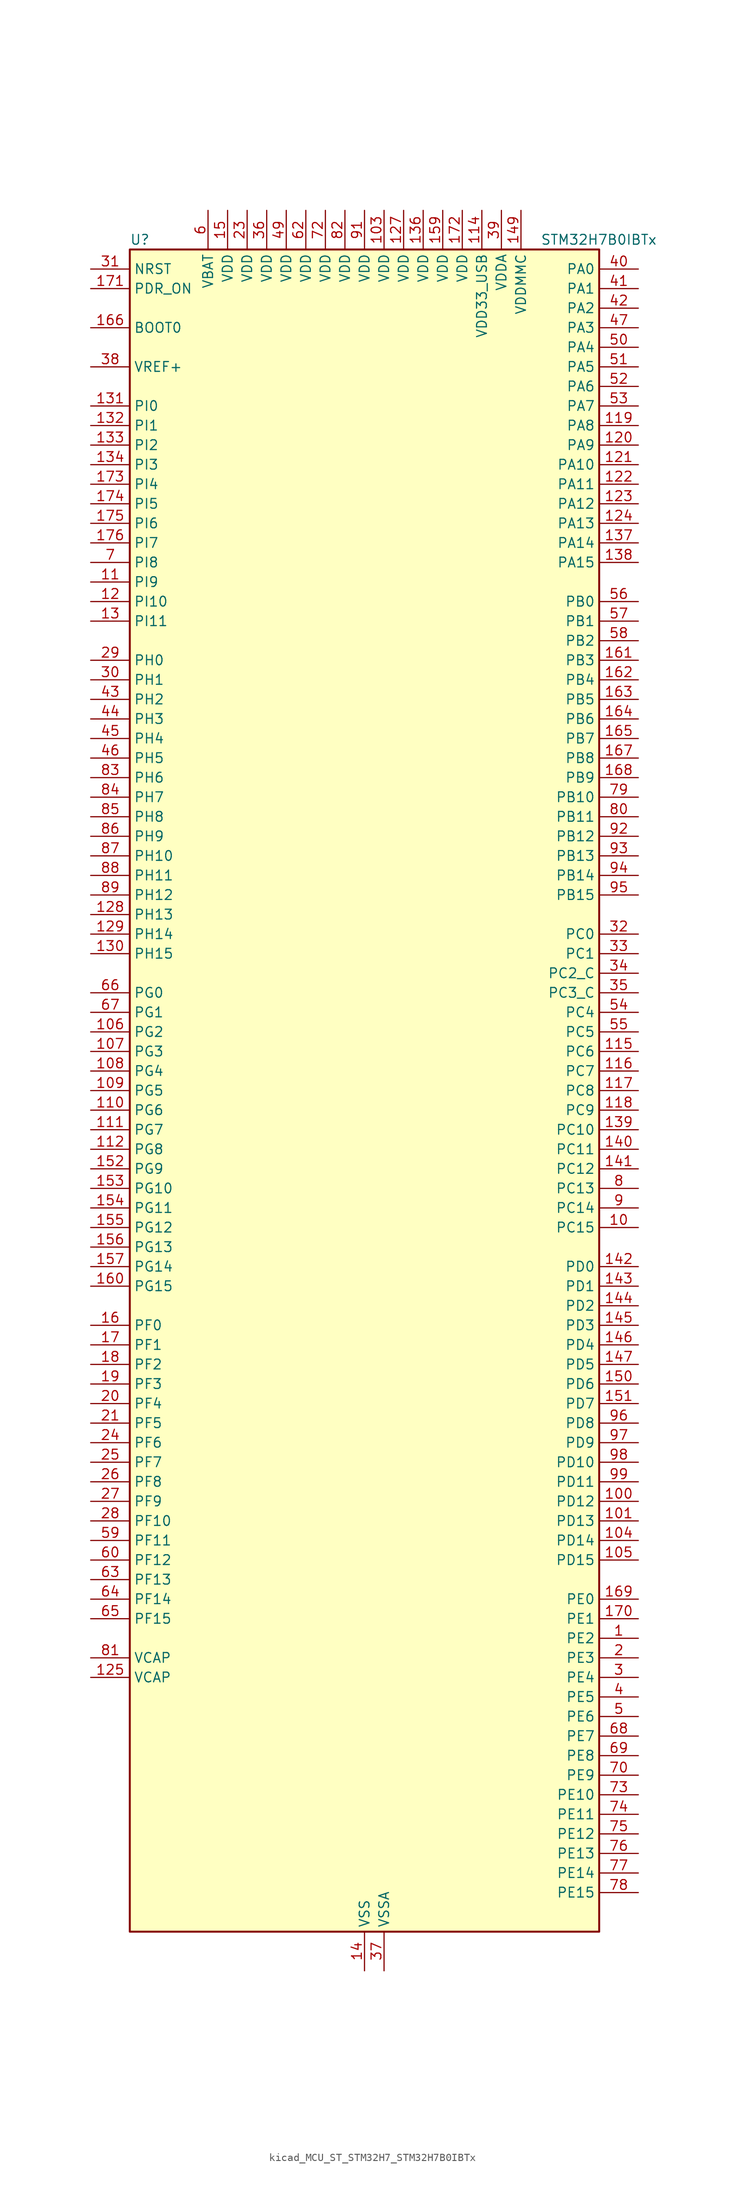
<source format=kicad_sym>
(kicad_symbol_lib
  (version 20220914)
  (generator kicad_symbol_editor)
  (symbol "kicad_MCU_ST_STM32H7_STM32H7B0IBTx"
    (property "Reference" "U"
      (at -30.48 110.49 0)
      (effects (font (size 1.27 1.27)) (justify left)))
    (property "Value" "STM32H7B0IBTx"
      (at 22.86 110.49 0)
      (effects (font (size 1.27 1.27)) (justify left)))
    (property "ki_locked" ""
      (at 0 0 0)
      (effects (font (size 1.27 1.27))))
    (symbol "kicad_MCU_ST_STM32H7_STM32H7B0IBTx_0_1"
      (rectangle (start -30.48 -109.22) (end 30.48 109.22) (stroke (width 0.254) (type default)) (fill (type background))))
    (symbol "kicad_MCU_ST_STM32H7_STM32H7B0IBTx_1_1"
      (pin bidirectional line (at 35.56 -71.12 180) (length 5.08) (name "PE2" (effects (font (size 1.27 1.27)))) (number "1" (effects (font (size 1.27 1.27)))) (alternate "DEBUG_TRACECLK" bidirectional line) (alternate "FMC_A23" bidirectional line) (alternate "OCTOSPIM_P1_IO2" bidirectional line) (alternate "SAI1_CK1" bidirectional line) (alternate "SAI1_MCLK_A" bidirectional line) (alternate "SPI4_SCK" bidirectional line) (alternate "USART10_RX" bidirectional line))
      (pin bidirectional line (at 35.56 -17.78 180) (length 5.08) (name "PC15" (effects (font (size 1.27 1.27)))) (number "10" (effects (font (size 1.27 1.27)))) (alternate "ADC1_EXTI15" bidirectional line) (alternate "ADC2_EXTI15" bidirectional line) (alternate "RCC_OSC32_OUT" bidirectional line))
      (pin bidirectional line (at 35.56 -53.34 180) (length 5.08) (name "PD12" (effects (font (size 1.27 1.27)))) (number "100" (effects (font (size 1.27 1.27)))) (alternate "DCMI_D12" bidirectional line) (alternate "FMC_A17" bidirectional line) (alternate "FMC_ALE" bidirectional line) (alternate "I2C4_SCL" bidirectional line) (alternate "LPTIM1_IN1" bidirectional line) (alternate "LPTIM2_IN1" bidirectional line) (alternate "OCTOSPIM_P1_IO1" bidirectional line) (alternate "PSSI_D12" bidirectional line) (alternate "SAI2_FS_A" bidirectional line) (alternate "TIM4_CH1" bidirectional line) (alternate "USART3_DE" bidirectional line) (alternate "USART3_RTS" bidirectional line))
      (pin bidirectional line (at 35.56 -55.88 180) (length 5.08) (name "PD13" (effects (font (size 1.27 1.27)))) (number "101" (effects (font (size 1.27 1.27)))) (alternate "DCMI_D13" bidirectional line) (alternate "FMC_A18" bidirectional line) (alternate "I2C4_SDA" bidirectional line) (alternate "LPTIM1_OUT" bidirectional line) (alternate "OCTOSPIM_P1_IO3" bidirectional line) (alternate "PSSI_D13" bidirectional line) (alternate "SAI2_SCK_A" bidirectional line) (alternate "TIM4_CH2" bidirectional line) (alternate "UART9_DE" bidirectional line) (alternate "UART9_RTS" bidirectional line))
      (pin passive line (at 0 -114.3 90) (length 5.08) hide (name "VSS" (effects (font (size 1.27 1.27)))) (number "102" (effects (font (size 1.27 1.27)))))
      (pin power_in line (at 2.54 114.3 270) (length 5.08) (name "VDD" (effects (font (size 1.27 1.27)))) (number "103" (effects (font (size 1.27 1.27)))))
      (pin bidirectional line (at 35.56 -58.42 180) (length 5.08) (name "PD14" (effects (font (size 1.27 1.27)))) (number "104" (effects (font (size 1.27 1.27)))) (alternate "FMC_D0" bidirectional line) (alternate "FMC_DA0" bidirectional line) (alternate "TIM4_CH3" bidirectional line) (alternate "UART8_CTS" bidirectional line) (alternate "UART9_RX" bidirectional line))
      (pin bidirectional line (at 35.56 -60.96 180) (length 5.08) (name "PD15" (effects (font (size 1.27 1.27)))) (number "105" (effects (font (size 1.27 1.27)))) (alternate "ADC1_EXTI15" bidirectional line) (alternate "ADC2_EXTI15" bidirectional line) (alternate "FMC_D1" bidirectional line) (alternate "FMC_DA1" bidirectional line) (alternate "TIM4_CH4" bidirectional line) (alternate "UART8_DE" bidirectional line) (alternate "UART8_RTS" bidirectional line) (alternate "UART9_TX" bidirectional line))
      (pin bidirectional line (at -35.56 7.62 0) (length 5.08) (name "PG2" (effects (font (size 1.27 1.27)))) (number "106" (effects (font (size 1.27 1.27)))) (alternate "FMC_A12" bidirectional line) (alternate "TIM8_BKIN" bidirectional line) (alternate "TIM8_BKIN_COMP1" bidirectional line) (alternate "TIM8_BKIN_COMP2" bidirectional line))
      (pin bidirectional line (at -35.56 5.08 0) (length 5.08) (name "PG3" (effects (font (size 1.27 1.27)))) (number "107" (effects (font (size 1.27 1.27)))) (alternate "FMC_A13" bidirectional line) (alternate "TIM8_BKIN2" bidirectional line) (alternate "TIM8_BKIN2_COMP1" bidirectional line) (alternate "TIM8_BKIN2_COMP2" bidirectional line))
      (pin bidirectional line (at -35.56 2.54 0) (length 5.08) (name "PG4" (effects (font (size 1.27 1.27)))) (number "108" (effects (font (size 1.27 1.27)))) (alternate "FMC_A14" bidirectional line) (alternate "FMC_BA0" bidirectional line) (alternate "TIM1_BKIN2" bidirectional line) (alternate "TIM1_BKIN2_COMP1" bidirectional line) (alternate "TIM1_BKIN2_COMP2" bidirectional line))
      (pin bidirectional line (at -35.56 0 0) (length 5.08) (name "PG5" (effects (font (size 1.27 1.27)))) (number "109" (effects (font (size 1.27 1.27)))) (alternate "FMC_A15" bidirectional line) (alternate "FMC_BA1" bidirectional line) (alternate "TIM1_ETR" bidirectional line))
      (pin bidirectional line (at -35.56 66.04 0) (length 5.08) (name "PI9" (effects (font (size 1.27 1.27)))) (number "11" (effects (font (size 1.27 1.27)))) (alternate "DAC1_EXTI9" bidirectional line) (alternate "FDCAN1_RX" bidirectional line) (alternate "FMC_D30" bidirectional line) (alternate "LTDC_VSYNC" bidirectional line) (alternate "OCTOSPIM_P2_IO0" bidirectional line) (alternate "UART4_RX" bidirectional line))
      (pin bidirectional line (at -35.56 -2.54 0) (length 5.08) (name "PG6" (effects (font (size 1.27 1.27)))) (number "110" (effects (font (size 1.27 1.27)))) (alternate "DCMI_D12" bidirectional line) (alternate "FMC_NE3" bidirectional line) (alternate "LTDC_R7" bidirectional line) (alternate "OCTOSPIM_P1_NCS" bidirectional line) (alternate "PSSI_D12" bidirectional line) (alternate "TIM17_BKIN" bidirectional line))
      (pin bidirectional line (at -35.56 -5.08 0) (length 5.08) (name "PG7" (effects (font (size 1.27 1.27)))) (number "111" (effects (font (size 1.27 1.27)))) (alternate "DCMI_D13" bidirectional line) (alternate "FMC_INT" bidirectional line) (alternate "LTDC_CLK" bidirectional line) (alternate "OCTOSPIM_P2_DQS" bidirectional line) (alternate "PSSI_D13" bidirectional line) (alternate "SAI1_MCLK_A" bidirectional line) (alternate "USART6_CK" bidirectional line))
      (pin bidirectional line (at -35.56 -7.62 0) (length 5.08) (name "PG8" (effects (font (size 1.27 1.27)))) (number "112" (effects (font (size 1.27 1.27)))) (alternate "FMC_SDCLK" bidirectional line) (alternate "I2S6_WS" bidirectional line) (alternate "LTDC_G7" bidirectional line) (alternate "SPDIFRX_IN2" bidirectional line) (alternate "SPI6_NSS" bidirectional line) (alternate "TIM8_ETR" bidirectional line) (alternate "USART6_DE" bidirectional line) (alternate "USART6_RTS" bidirectional line))
      (pin passive line (at 0 -114.3 90) (length 5.08) hide (name "VSS" (effects (font (size 1.27 1.27)))) (number "113" (effects (font (size 1.27 1.27)))))
      (pin power_in line (at 15.24 114.3 270) (length 5.08) (name "VDD33_USB" (effects (font (size 1.27 1.27)))) (number "114" (effects (font (size 1.27 1.27)))))
      (pin bidirectional line (at 35.56 5.08 180) (length 5.08) (name "PC6" (effects (font (size 1.27 1.27)))) (number "115" (effects (font (size 1.27 1.27)))) (alternate "DCMI_D0" bidirectional line) (alternate "DFSDM1_CKIN3" bidirectional line) (alternate "FMC_NWAIT" bidirectional line) (alternate "I2S2_MCK" bidirectional line) (alternate "LTDC_HSYNC" bidirectional line) (alternate "PSSI_D0" bidirectional line) (alternate "SDMMC1_D0DIR" bidirectional line) (alternate "SDMMC1_D6" bidirectional line) (alternate "SDMMC2_D6" bidirectional line) (alternate "SWPMI1_IO" bidirectional line) (alternate "TIM3_CH1" bidirectional line) (alternate "TIM8_CH1" bidirectional line) (alternate "USART6_TX" bidirectional line))
      (pin bidirectional line (at 35.56 2.54 180) (length 5.08) (name "PC7" (effects (font (size 1.27 1.27)))) (number "116" (effects (font (size 1.27 1.27)))) (alternate "DCMI_D1" bidirectional line) (alternate "DEBUG_TRGIO" bidirectional line) (alternate "DFSDM1_DATIN3" bidirectional line) (alternate "FMC_NE1" bidirectional line) (alternate "I2S3_MCK" bidirectional line) (alternate "LTDC_G6" bidirectional line) (alternate "PSSI_D1" bidirectional line) (alternate "SDMMC1_D123DIR" bidirectional line) (alternate "SDMMC1_D7" bidirectional line) (alternate "SDMMC2_D7" bidirectional line) (alternate "SWPMI1_TX" bidirectional line) (alternate "TIM3_CH2" bidirectional line) (alternate "TIM8_CH2" bidirectional line) (alternate "USART6_RX" bidirectional line))
      (pin bidirectional line (at 35.56 0 180) (length 5.08) (name "PC8" (effects (font (size 1.27 1.27)))) (number "117" (effects (font (size 1.27 1.27)))) (alternate "DCMI_D2" bidirectional line) (alternate "DEBUG_TRACED1" bidirectional line) (alternate "FMC_INT" bidirectional line) (alternate "FMC_NCE" bidirectional line) (alternate "FMC_NE2" bidirectional line) (alternate "PSSI_D2" bidirectional line) (alternate "SDMMC1_D0" bidirectional line) (alternate "SWPMI1_RX" bidirectional line) (alternate "TIM3_CH3" bidirectional line) (alternate "TIM8_CH3" bidirectional line) (alternate "UART5_DE" bidirectional line) (alternate "UART5_RTS" bidirectional line) (alternate "USART6_CK" bidirectional line))
      (pin bidirectional line (at 35.56 -2.54 180) (length 5.08) (name "PC9" (effects (font (size 1.27 1.27)))) (number "118" (effects (font (size 1.27 1.27)))) (alternate "DAC1_EXTI9" bidirectional line) (alternate "DCMI_D3" bidirectional line) (alternate "I2C3_SDA" bidirectional line) (alternate "I2S_CKIN" bidirectional line) (alternate "LTDC_B2" bidirectional line) (alternate "LTDC_G3" bidirectional line) (alternate "OCTOSPIM_P1_IO0" bidirectional line) (alternate "PSSI_D3" bidirectional line) (alternate "RCC_MCO_2" bidirectional line) (alternate "SDMMC1_D1" bidirectional line) (alternate "SWPMI1_SUSPEND" bidirectional line) (alternate "TIM3_CH4" bidirectional line) (alternate "TIM8_CH4" bidirectional line) (alternate "UART5_CTS" bidirectional line))
      (pin bidirectional line (at 35.56 86.36 180) (length 5.08) (name "PA8" (effects (font (size 1.27 1.27)))) (number "119" (effects (font (size 1.27 1.27)))) (alternate "I2C3_SCL" bidirectional line) (alternate "LTDC_B3" bidirectional line) (alternate "LTDC_R6" bidirectional line) (alternate "RCC_MCO_1" bidirectional line) (alternate "TIM1_CH1" bidirectional line) (alternate "TIM8_BKIN2" bidirectional line) (alternate "TIM8_BKIN2_COMP1" bidirectional line) (alternate "TIM8_BKIN2_COMP2" bidirectional line) (alternate "UART7_RX" bidirectional line) (alternate "USART1_CK" bidirectional line) (alternate "USB_OTG_HS_SOF" bidirectional line))
      (pin bidirectional line (at -35.56 63.5 0) (length 5.08) (name "PI10" (effects (font (size 1.27 1.27)))) (number "12" (effects (font (size 1.27 1.27)))) (alternate "FMC_D31" bidirectional line) (alternate "LTDC_HSYNC" bidirectional line) (alternate "OCTOSPIM_P2_IO1" bidirectional line) (alternate "PSSI_D14" bidirectional line))
      (pin bidirectional line (at 35.56 83.82 180) (length 5.08) (name "PA9" (effects (font (size 1.27 1.27)))) (number "120" (effects (font (size 1.27 1.27)))) (alternate "DAC1_EXTI9" bidirectional line) (alternate "DCMI_D0" bidirectional line) (alternate "I2C3_SMBA" bidirectional line) (alternate "I2S2_CK" bidirectional line) (alternate "LPUART1_TX" bidirectional line) (alternate "LTDC_R5" bidirectional line) (alternate "PSSI_D0" bidirectional line) (alternate "SPI2_SCK" bidirectional line) (alternate "TIM1_CH2" bidirectional line) (alternate "USART1_TX" bidirectional line) (alternate "USB_OTG_HS_VBUS" bidirectional line))
      (pin bidirectional line (at 35.56 81.28 180) (length 5.08) (name "PA10" (effects (font (size 1.27 1.27)))) (number "121" (effects (font (size 1.27 1.27)))) (alternate "DCMI_D1" bidirectional line) (alternate "LPUART1_RX" bidirectional line) (alternate "LTDC_B1" bidirectional line) (alternate "LTDC_B4" bidirectional line) (alternate "MDIOS_MDIO" bidirectional line) (alternate "PSSI_D1" bidirectional line) (alternate "TIM1_CH3" bidirectional line) (alternate "USART1_RX" bidirectional line) (alternate "USB_OTG_HS_ID" bidirectional line))
      (pin bidirectional line (at 35.56 78.74 180) (length 5.08) (name "PA11" (effects (font (size 1.27 1.27)))) (number "122" (effects (font (size 1.27 1.27)))) (alternate "ADC1_EXTI11" bidirectional line) (alternate "ADC2_EXTI11" bidirectional line) (alternate "FDCAN1_RX" bidirectional line) (alternate "I2S2_WS" bidirectional line) (alternate "LPUART1_CTS" bidirectional line) (alternate "LTDC_R4" bidirectional line) (alternate "SPI2_NSS" bidirectional line) (alternate "TIM1_CH4" bidirectional line) (alternate "UART4_RX" bidirectional line) (alternate "USART1_CTS" bidirectional line) (alternate "USART1_NSS" bidirectional line) (alternate "USB_OTG_HS_DM" bidirectional line))
      (pin bidirectional line (at 35.56 76.2 180) (length 5.08) (name "PA12" (effects (font (size 1.27 1.27)))) (number "123" (effects (font (size 1.27 1.27)))) (alternate "FDCAN1_TX" bidirectional line) (alternate "I2S2_CK" bidirectional line) (alternate "LPUART1_DE" bidirectional line) (alternate "LPUART1_RTS" bidirectional line) (alternate "LTDC_R5" bidirectional line) (alternate "SAI2_FS_B" bidirectional line) (alternate "SPI2_SCK" bidirectional line) (alternate "TIM1_ETR" bidirectional line) (alternate "UART4_TX" bidirectional line) (alternate "USART1_DE" bidirectional line) (alternate "USART1_RTS" bidirectional line) (alternate "USB_OTG_HS_DP" bidirectional line))
      (pin bidirectional line (at 35.56 73.66 180) (length 5.08) (name "PA13" (effects (font (size 1.27 1.27)))) (number "124" (effects (font (size 1.27 1.27)))) (alternate "DEBUG_JTMS-SWDIO" bidirectional line))
      (pin power_out line (at -35.56 -76.2 0) (length 5.08) (name "VCAP" (effects (font (size 1.27 1.27)))) (number "125" (effects (font (size 1.27 1.27)))))
      (pin passive line (at 0 -114.3 90) (length 5.08) hide (name "VSS" (effects (font (size 1.27 1.27)))) (number "126" (effects (font (size 1.27 1.27)))))
      (pin power_in line (at 5.08 114.3 270) (length 5.08) (name "VDD" (effects (font (size 1.27 1.27)))) (number "127" (effects (font (size 1.27 1.27)))))
      (pin bidirectional line (at -35.56 22.86 0) (length 5.08) (name "PH13" (effects (font (size 1.27 1.27)))) (number "128" (effects (font (size 1.27 1.27)))) (alternate "FDCAN1_TX" bidirectional line) (alternate "FMC_D21" bidirectional line) (alternate "LTDC_G2" bidirectional line) (alternate "TIM8_CH1N" bidirectional line) (alternate "UART4_TX" bidirectional line))
      (pin bidirectional line (at -35.56 20.32 0) (length 5.08) (name "PH14" (effects (font (size 1.27 1.27)))) (number "129" (effects (font (size 1.27 1.27)))) (alternate "DCMI_D4" bidirectional line) (alternate "FDCAN1_RX" bidirectional line) (alternate "FMC_D22" bidirectional line) (alternate "LTDC_G3" bidirectional line) (alternate "PSSI_D4" bidirectional line) (alternate "TIM8_CH2N" bidirectional line) (alternate "UART4_RX" bidirectional line))
      (pin bidirectional line (at -35.56 60.96 0) (length 5.08) (name "PI11" (effects (font (size 1.27 1.27)))) (number "13" (effects (font (size 1.27 1.27)))) (alternate "ADC1_EXTI11" bidirectional line) (alternate "ADC2_EXTI11" bidirectional line) (alternate "LTDC_G6" bidirectional line) (alternate "OCTOSPIM_P2_IO2" bidirectional line) (alternate "PSSI_D15" bidirectional line) (alternate "PWR_WKUP5" bidirectional line) (alternate "USB_OTG_HS_ULPI_DIR" bidirectional line))
      (pin bidirectional line (at -35.56 17.78 0) (length 5.08) (name "PH15" (effects (font (size 1.27 1.27)))) (number "130" (effects (font (size 1.27 1.27)))) (alternate "ADC1_EXTI15" bidirectional line) (alternate "ADC2_EXTI15" bidirectional line) (alternate "DCMI_D11" bidirectional line) (alternate "FMC_D23" bidirectional line) (alternate "LTDC_G4" bidirectional line) (alternate "PSSI_D11" bidirectional line) (alternate "TIM8_CH3N" bidirectional line))
      (pin bidirectional line (at -35.56 88.9 0) (length 5.08) (name "PI0" (effects (font (size 1.27 1.27)))) (number "131" (effects (font (size 1.27 1.27)))) (alternate "DCMI_D13" bidirectional line) (alternate "FMC_D24" bidirectional line) (alternate "I2S2_WS" bidirectional line) (alternate "LTDC_G5" bidirectional line) (alternate "PSSI_D13" bidirectional line) (alternate "SPI2_NSS" bidirectional line) (alternate "TIM5_CH4" bidirectional line))
      (pin bidirectional line (at -35.56 86.36 0) (length 5.08) (name "PI1" (effects (font (size 1.27 1.27)))) (number "132" (effects (font (size 1.27 1.27)))) (alternate "DCMI_D8" bidirectional line) (alternate "FMC_D25" bidirectional line) (alternate "I2S2_CK" bidirectional line) (alternate "LTDC_G6" bidirectional line) (alternate "PSSI_D8" bidirectional line) (alternate "SPI2_SCK" bidirectional line) (alternate "TIM8_BKIN2" bidirectional line) (alternate "TIM8_BKIN2_COMP1" bidirectional line) (alternate "TIM8_BKIN2_COMP2" bidirectional line))
      (pin bidirectional line (at -35.56 83.82 0) (length 5.08) (name "PI2" (effects (font (size 1.27 1.27)))) (number "133" (effects (font (size 1.27 1.27)))) (alternate "DCMI_D9" bidirectional line) (alternate "FMC_D26" bidirectional line) (alternate "I2S2_SDI" bidirectional line) (alternate "LTDC_G7" bidirectional line) (alternate "PSSI_D9" bidirectional line) (alternate "SPI2_MISO" bidirectional line) (alternate "TIM8_CH4" bidirectional line))
      (pin bidirectional line (at -35.56 81.28 0) (length 5.08) (name "PI3" (effects (font (size 1.27 1.27)))) (number "134" (effects (font (size 1.27 1.27)))) (alternate "DCMI_D10" bidirectional line) (alternate "FMC_D27" bidirectional line) (alternate "I2S2_SDO" bidirectional line) (alternate "PSSI_D10" bidirectional line) (alternate "SPI2_MOSI" bidirectional line) (alternate "TIM8_ETR" bidirectional line))
      (pin passive line (at 0 -114.3 90) (length 5.08) hide (name "VSS" (effects (font (size 1.27 1.27)))) (number "135" (effects (font (size 1.27 1.27)))))
      (pin power_in line (at 7.62 114.3 270) (length 5.08) (name "VDD" (effects (font (size 1.27 1.27)))) (number "136" (effects (font (size 1.27 1.27)))))
      (pin bidirectional line (at 35.56 71.12 180) (length 5.08) (name "PA14" (effects (font (size 1.27 1.27)))) (number "137" (effects (font (size 1.27 1.27)))) (alternate "DEBUG_JTCK-SWCLK" bidirectional line))
      (pin bidirectional line (at 35.56 68.58 180) (length 5.08) (name "PA15" (effects (font (size 1.27 1.27)))) (number "138" (effects (font (size 1.27 1.27)))) (alternate "ADC1_EXTI15" bidirectional line) (alternate "ADC2_EXTI15" bidirectional line) (alternate "CEC" bidirectional line) (alternate "DEBUG_JTDI" bidirectional line) (alternate "I2S1_WS" bidirectional line) (alternate "I2S3_WS" bidirectional line) (alternate "I2S6_WS" bidirectional line) (alternate "LTDC_B6" bidirectional line) (alternate "LTDC_R3" bidirectional line) (alternate "SPI1_NSS" bidirectional line) (alternate "SPI3_NSS" bidirectional line) (alternate "SPI6_NSS" bidirectional line) (alternate "TIM2_CH1" bidirectional line) (alternate "TIM2_ETR" bidirectional line) (alternate "UART4_DE" bidirectional line) (alternate "UART4_RTS" bidirectional line) (alternate "UART7_TX" bidirectional line))
      (pin bidirectional line (at 35.56 -5.08 180) (length 5.08) (name "PC10" (effects (font (size 1.27 1.27)))) (number "139" (effects (font (size 1.27 1.27)))) (alternate "DCMI_D8" bidirectional line) (alternate "DFSDM1_CKIN5" bidirectional line) (alternate "DFSDM2_CKIN0" bidirectional line) (alternate "I2S3_CK" bidirectional line) (alternate "LTDC_B1" bidirectional line) (alternate "LTDC_R2" bidirectional line) (alternate "OCTOSPIM_P1_IO1" bidirectional line) (alternate "PSSI_D8" bidirectional line) (alternate "SDMMC1_D2" bidirectional line) (alternate "SPI3_SCK" bidirectional line) (alternate "SWPMI1_RX" bidirectional line) (alternate "UART4_TX" bidirectional line) (alternate "USART3_TX" bidirectional line))
      (pin power_in line (at 0 -114.3 90) (length 5.08) (name "VSS" (effects (font (size 1.27 1.27)))) (number "14" (effects (font (size 1.27 1.27)))))
      (pin bidirectional line (at 35.56 -7.62 180) (length 5.08) (name "PC11" (effects (font (size 1.27 1.27)))) (number "140" (effects (font (size 1.27 1.27)))) (alternate "ADC1_EXTI11" bidirectional line) (alternate "ADC2_EXTI11" bidirectional line) (alternate "DCMI_D4" bidirectional line) (alternate "DFSDM1_DATIN5" bidirectional line) (alternate "DFSDM2_DATIN0" bidirectional line) (alternate "I2S3_SDI" bidirectional line) (alternate "LTDC_B4" bidirectional line) (alternate "OCTOSPIM_P1_NCS" bidirectional line) (alternate "PSSI_D4" bidirectional line) (alternate "SDMMC1_D3" bidirectional line) (alternate "SPI3_MISO" bidirectional line) (alternate "UART4_RX" bidirectional line) (alternate "USART3_RX" bidirectional line))
      (pin bidirectional line (at 35.56 -10.16 180) (length 5.08) (name "PC12" (effects (font (size 1.27 1.27)))) (number "141" (effects (font (size 1.27 1.27)))) (alternate "DCMI_D9" bidirectional line) (alternate "DEBUG_TRACED3" bidirectional line) (alternate "DFSDM2_CKOUT" bidirectional line) (alternate "I2S3_SDO" bidirectional line) (alternate "I2S6_CK" bidirectional line) (alternate "LTDC_R6" bidirectional line) (alternate "PSSI_D9" bidirectional line) (alternate "SDMMC1_CK" bidirectional line) (alternate "SPI3_MOSI" bidirectional line) (alternate "SPI6_SCK" bidirectional line) (alternate "TIM15_CH1" bidirectional line) (alternate "UART5_TX" bidirectional line) (alternate "USART3_CK" bidirectional line))
      (pin bidirectional line (at 35.56 -22.86 180) (length 5.08) (name "PD0" (effects (font (size 1.27 1.27)))) (number "142" (effects (font (size 1.27 1.27)))) (alternate "DFSDM1_CKIN6" bidirectional line) (alternate "FDCAN1_RX" bidirectional line) (alternate "FMC_D2" bidirectional line) (alternate "FMC_DA2" bidirectional line) (alternate "LTDC_B1" bidirectional line) (alternate "UART4_RX" bidirectional line) (alternate "UART9_CTS" bidirectional line))
      (pin bidirectional line (at 35.56 -25.4 180) (length 5.08) (name "PD1" (effects (font (size 1.27 1.27)))) (number "143" (effects (font (size 1.27 1.27)))) (alternate "DFSDM1_DATIN6" bidirectional line) (alternate "FDCAN1_TX" bidirectional line) (alternate "FMC_D3" bidirectional line) (alternate "FMC_DA3" bidirectional line) (alternate "UART4_TX" bidirectional line))
      (pin bidirectional line (at 35.56 -27.94 180) (length 5.08) (name "PD2" (effects (font (size 1.27 1.27)))) (number "144" (effects (font (size 1.27 1.27)))) (alternate "DCMI_D11" bidirectional line) (alternate "DEBUG_TRACED2" bidirectional line) (alternate "LTDC_B2" bidirectional line) (alternate "LTDC_B7" bidirectional line) (alternate "PSSI_D11" bidirectional line) (alternate "SDMMC1_CMD" bidirectional line) (alternate "TIM15_BKIN" bidirectional line) (alternate "TIM3_ETR" bidirectional line) (alternate "UART5_RX" bidirectional line))
      (pin bidirectional line (at 35.56 -30.48 180) (length 5.08) (name "PD3" (effects (font (size 1.27 1.27)))) (number "145" (effects (font (size 1.27 1.27)))) (alternate "DCMI_D5" bidirectional line) (alternate "DFSDM1_CKOUT" bidirectional line) (alternate "FMC_CLK" bidirectional line) (alternate "I2S2_CK" bidirectional line) (alternate "LTDC_G7" bidirectional line) (alternate "PSSI_D5" bidirectional line) (alternate "SPI2_SCK" bidirectional line) (alternate "USART2_CTS" bidirectional line) (alternate "USART2_NSS" bidirectional line))
      (pin bidirectional line (at 35.56 -33.02 180) (length 5.08) (name "PD4" (effects (font (size 1.27 1.27)))) (number "146" (effects (font (size 1.27 1.27)))) (alternate "FMC_NOE" bidirectional line) (alternate "OCTOSPIM_P1_IO4" bidirectional line) (alternate "USART2_DE" bidirectional line) (alternate "USART2_RTS" bidirectional line))
      (pin bidirectional line (at 35.56 -35.56 180) (length 5.08) (name "PD5" (effects (font (size 1.27 1.27)))) (number "147" (effects (font (size 1.27 1.27)))) (alternate "FMC_NWE" bidirectional line) (alternate "OCTOSPIM_P1_IO5" bidirectional line) (alternate "USART2_TX" bidirectional line))
      (pin passive line (at 0 -114.3 90) (length 5.08) hide (name "VSS" (effects (font (size 1.27 1.27)))) (number "148" (effects (font (size 1.27 1.27)))))
      (pin power_in line (at 20.32 114.3 270) (length 5.08) (name "VDDMMC" (effects (font (size 1.27 1.27)))) (number "149" (effects (font (size 1.27 1.27)))))
      (pin power_in line (at -17.78 114.3 270) (length 5.08) (name "VDD" (effects (font (size 1.27 1.27)))) (number "15" (effects (font (size 1.27 1.27)))))
      (pin bidirectional line (at 35.56 -38.1 180) (length 5.08) (name "PD6" (effects (font (size 1.27 1.27)))) (number "150" (effects (font (size 1.27 1.27)))) (alternate "DCMI_D10" bidirectional line) (alternate "DFSDM1_CKIN4" bidirectional line) (alternate "DFSDM1_DATIN1" bidirectional line) (alternate "FMC_NWAIT" bidirectional line) (alternate "I2S3_SDO" bidirectional line) (alternate "LTDC_B2" bidirectional line) (alternate "OCTOSPIM_P1_IO6" bidirectional line) (alternate "PSSI_D10" bidirectional line) (alternate "SAI1_D1" bidirectional line) (alternate "SAI1_SD_A" bidirectional line) (alternate "SDMMC2_CK" bidirectional line) (alternate "SPI3_MOSI" bidirectional line) (alternate "USART2_RX" bidirectional line))
      (pin bidirectional line (at 35.56 -40.64 180) (length 5.08) (name "PD7" (effects (font (size 1.27 1.27)))) (number "151" (effects (font (size 1.27 1.27)))) (alternate "DFSDM1_CKIN1" bidirectional line) (alternate "DFSDM1_DATIN4" bidirectional line) (alternate "FMC_NE1" bidirectional line) (alternate "I2S1_SDO" bidirectional line) (alternate "OCTOSPIM_P1_IO7" bidirectional line) (alternate "SDMMC2_CMD" bidirectional line) (alternate "SPDIFRX_IN0" bidirectional line) (alternate "SPI1_MOSI" bidirectional line) (alternate "USART2_CK" bidirectional line))
      (pin bidirectional line (at -35.56 -10.16 0) (length 5.08) (name "PG9" (effects (font (size 1.27 1.27)))) (number "152" (effects (font (size 1.27 1.27)))) (alternate "DAC1_EXTI9" bidirectional line) (alternate "DCMI_VSYNC" bidirectional line) (alternate "FMC_NCE" bidirectional line) (alternate "FMC_NE2" bidirectional line) (alternate "I2S1_SDI" bidirectional line) (alternate "OCTOSPIM_P1_IO6" bidirectional line) (alternate "PSSI_RDY" bidirectional line) (alternate "SAI2_FS_B" bidirectional line) (alternate "SDMMC2_D0" bidirectional line) (alternate "SPDIFRX_IN3" bidirectional line) (alternate "SPI1_MISO" bidirectional line) (alternate "USART6_RX" bidirectional line))
      (pin bidirectional line (at -35.56 -12.7 0) (length 5.08) (name "PG10" (effects (font (size 1.27 1.27)))) (number "153" (effects (font (size 1.27 1.27)))) (alternate "DCMI_D2" bidirectional line) (alternate "FMC_NE3" bidirectional line) (alternate "I2S1_WS" bidirectional line) (alternate "LTDC_B2" bidirectional line) (alternate "LTDC_G3" bidirectional line) (alternate "OCTOSPIM_P2_IO6" bidirectional line) (alternate "PSSI_D2" bidirectional line) (alternate "SAI2_SD_B" bidirectional line) (alternate "SDMMC2_D1" bidirectional line) (alternate "SPI1_NSS" bidirectional line))
      (pin bidirectional line (at -35.56 -15.24 0) (length 5.08) (name "PG11" (effects (font (size 1.27 1.27)))) (number "154" (effects (font (size 1.27 1.27)))) (alternate "ADC1_EXTI11" bidirectional line) (alternate "ADC2_EXTI11" bidirectional line) (alternate "DCMI_D3" bidirectional line) (alternate "I2S1_CK" bidirectional line) (alternate "LPTIM1_IN2" bidirectional line) (alternate "LTDC_B3" bidirectional line) (alternate "OCTOSPIM_P2_IO7" bidirectional line) (alternate "PSSI_D3" bidirectional line) (alternate "SDMMC2_D2" bidirectional line) (alternate "SPDIFRX_IN0" bidirectional line) (alternate "SPI1_SCK" bidirectional line) (alternate "USART10_RX" bidirectional line))
      (pin bidirectional line (at -35.56 -17.78 0) (length 5.08) (name "PG12" (effects (font (size 1.27 1.27)))) (number "155" (effects (font (size 1.27 1.27)))) (alternate "FMC_NE4" bidirectional line) (alternate "I2S6_SDI" bidirectional line) (alternate "LPTIM1_IN1" bidirectional line) (alternate "LTDC_B1" bidirectional line) (alternate "LTDC_B4" bidirectional line) (alternate "OCTOSPIM_P2_NCS" bidirectional line) (alternate "SDMMC2_D3" bidirectional line) (alternate "SPDIFRX_IN1" bidirectional line) (alternate "SPI6_MISO" bidirectional line) (alternate "USART10_TX" bidirectional line) (alternate "USART6_DE" bidirectional line) (alternate "USART6_RTS" bidirectional line))
      (pin bidirectional line (at -35.56 -20.32 0) (length 5.08) (name "PG13" (effects (font (size 1.27 1.27)))) (number "156" (effects (font (size 1.27 1.27)))) (alternate "DEBUG_TRACED0" bidirectional line) (alternate "FMC_A24" bidirectional line) (alternate "I2S6_CK" bidirectional line) (alternate "LPTIM1_OUT" bidirectional line) (alternate "LTDC_R0" bidirectional line) (alternate "SDMMC2_D6" bidirectional line) (alternate "SPI6_SCK" bidirectional line) (alternate "USART10_CTS" bidirectional line) (alternate "USART10_NSS" bidirectional line) (alternate "USART6_CTS" bidirectional line) (alternate "USART6_NSS" bidirectional line))
      (pin bidirectional line (at -35.56 -22.86 0) (length 5.08) (name "PG14" (effects (font (size 1.27 1.27)))) (number "157" (effects (font (size 1.27 1.27)))) (alternate "DEBUG_TRACED1" bidirectional line) (alternate "FMC_A25" bidirectional line) (alternate "I2S6_SDO" bidirectional line) (alternate "LPTIM1_ETR" bidirectional line) (alternate "LTDC_B0" bidirectional line) (alternate "OCTOSPIM_P1_IO7" bidirectional line) (alternate "SDMMC2_D7" bidirectional line) (alternate "SPI6_MOSI" bidirectional line) (alternate "USART10_DE" bidirectional line) (alternate "USART10_RTS" bidirectional line) (alternate "USART6_TX" bidirectional line))
      (pin passive line (at 0 -114.3 90) (length 5.08) hide (name "VSS" (effects (font (size 1.27 1.27)))) (number "158" (effects (font (size 1.27 1.27)))))
      (pin power_in line (at 10.16 114.3 270) (length 5.08) (name "VDD" (effects (font (size 1.27 1.27)))) (number "159" (effects (font (size 1.27 1.27)))))
      (pin bidirectional line (at -35.56 -30.48 0) (length 5.08) (name "PF0" (effects (font (size 1.27 1.27)))) (number "16" (effects (font (size 1.27 1.27)))) (alternate "FMC_A0" bidirectional line) (alternate "I2C2_SDA" bidirectional line) (alternate "OCTOSPIM_P2_IO0" bidirectional line))
      (pin bidirectional line (at -35.56 -25.4 0) (length 5.08) (name "PG15" (effects (font (size 1.27 1.27)))) (number "160" (effects (font (size 1.27 1.27)))) (alternate "ADC1_EXTI15" bidirectional line) (alternate "ADC2_EXTI15" bidirectional line) (alternate "DCMI_D13" bidirectional line) (alternate "FMC_SDNCAS" bidirectional line) (alternate "OCTOSPIM_P2_DQS" bidirectional line) (alternate "PSSI_D13" bidirectional line) (alternate "USART10_CK" bidirectional line) (alternate "USART6_CTS" bidirectional line) (alternate "USART6_NSS" bidirectional line))
      (pin bidirectional line (at 35.56 55.88 180) (length 5.08) (name "PB3" (effects (font (size 1.27 1.27)))) (number "161" (effects (font (size 1.27 1.27)))) (alternate "CRS_SYNC" bidirectional line) (alternate "DEBUG_JTDO-SWO" bidirectional line) (alternate "I2S1_CK" bidirectional line) (alternate "I2S3_CK" bidirectional line) (alternate "I2S6_CK" bidirectional line) (alternate "SDMMC2_D2" bidirectional line) (alternate "SPI1_SCK" bidirectional line) (alternate "SPI3_SCK" bidirectional line) (alternate "SPI6_SCK" bidirectional line) (alternate "TIM2_CH2" bidirectional line) (alternate "UART7_RX" bidirectional line))
      (pin bidirectional line (at 35.56 53.34 180) (length 5.08) (name "PB4" (effects (font (size 1.27 1.27)))) (number "162" (effects (font (size 1.27 1.27)))) (alternate "DEBUG_JTRST" bidirectional line) (alternate "I2S1_SDI" bidirectional line) (alternate "I2S2_WS" bidirectional line) (alternate "I2S3_SDI" bidirectional line) (alternate "I2S6_SDI" bidirectional line) (alternate "SDMMC2_D3" bidirectional line) (alternate "SPI1_MISO" bidirectional line) (alternate "SPI2_NSS" bidirectional line) (alternate "SPI3_MISO" bidirectional line) (alternate "SPI6_MISO" bidirectional line) (alternate "TIM16_BKIN" bidirectional line) (alternate "TIM3_CH1" bidirectional line) (alternate "UART7_TX" bidirectional line))
      (pin bidirectional line (at 35.56 50.8 180) (length 5.08) (name "PB5" (effects (font (size 1.27 1.27)))) (number "163" (effects (font (size 1.27 1.27)))) (alternate "DCMI_D10" bidirectional line) (alternate "FDCAN2_RX" bidirectional line) (alternate "FMC_SDCKE1" bidirectional line) (alternate "I2C1_SMBA" bidirectional line) (alternate "I2C4_SMBA" bidirectional line) (alternate "I2S1_SDO" bidirectional line) (alternate "I2S3_SDO" bidirectional line) (alternate "I2S6_SDO" bidirectional line) (alternate "LTDC_B5" bidirectional line) (alternate "PSSI_D10" bidirectional line) (alternate "SPI1_MOSI" bidirectional line) (alternate "SPI3_MOSI" bidirectional line) (alternate "SPI6_MOSI" bidirectional line) (alternate "TIM17_BKIN" bidirectional line) (alternate "TIM3_CH2" bidirectional line) (alternate "UART5_RX" bidirectional line) (alternate "USB_OTG_HS_ULPI_D7" bidirectional line))
      (pin bidirectional line (at 35.56 48.26 180) (length 5.08) (name "PB6" (effects (font (size 1.27 1.27)))) (number "164" (effects (font (size 1.27 1.27)))) (alternate "CEC" bidirectional line) (alternate "DCMI_D5" bidirectional line) (alternate "DFSDM1_DATIN5" bidirectional line) (alternate "FDCAN2_TX" bidirectional line) (alternate "FMC_SDNE1" bidirectional line) (alternate "I2C1_SCL" bidirectional line) (alternate "I2C4_SCL" bidirectional line) (alternate "LPUART1_TX" bidirectional line) (alternate "OCTOSPIM_P1_NCS" bidirectional line) (alternate "PSSI_D5" bidirectional line) (alternate "TIM16_CH1N" bidirectional line) (alternate "TIM4_CH1" bidirectional line) (alternate "UART5_TX" bidirectional line) (alternate "USART1_TX" bidirectional line))
      (pin bidirectional line (at 35.56 45.72 180) (length 5.08) (name "PB7" (effects (font (size 1.27 1.27)))) (number "165" (effects (font (size 1.27 1.27)))) (alternate "DCMI_VSYNC" bidirectional line) (alternate "DFSDM1_CKIN5" bidirectional line) (alternate "FMC_NL" bidirectional line) (alternate "I2C1_SDA" bidirectional line) (alternate "I2C4_SDA" bidirectional line) (alternate "LPUART1_RX" bidirectional line) (alternate "PSSI_RDY" bidirectional line) (alternate "PWR_PVD_IN" bidirectional line) (alternate "TIM17_CH1N" bidirectional line) (alternate "TIM4_CH2" bidirectional line) (alternate "USART1_RX" bidirectional line))
      (pin input line (at -35.56 99.06 0) (length 5.08) (name "BOOT0" (effects (font (size 1.27 1.27)))) (number "166" (effects (font (size 1.27 1.27)))))
      (pin bidirectional line (at 35.56 43.18 180) (length 5.08) (name "PB8" (effects (font (size 1.27 1.27)))) (number "167" (effects (font (size 1.27 1.27)))) (alternate "DCMI_D6" bidirectional line) (alternate "DFSDM1_CKIN7" bidirectional line) (alternate "FDCAN1_RX" bidirectional line) (alternate "I2C1_SCL" bidirectional line) (alternate "I2C4_SCL" bidirectional line) (alternate "LTDC_B6" bidirectional line) (alternate "PSSI_D6" bidirectional line) (alternate "SDMMC1_CKIN" bidirectional line) (alternate "SDMMC1_D4" bidirectional line) (alternate "SDMMC2_D4" bidirectional line) (alternate "TIM16_CH1" bidirectional line) (alternate "TIM4_CH3" bidirectional line) (alternate "UART4_RX" bidirectional line))
      (pin bidirectional line (at 35.56 40.64 180) (length 5.08) (name "PB9" (effects (font (size 1.27 1.27)))) (number "168" (effects (font (size 1.27 1.27)))) (alternate "DAC1_EXTI9" bidirectional line) (alternate "DCMI_D7" bidirectional line) (alternate "DFSDM1_DATIN7" bidirectional line) (alternate "FDCAN1_TX" bidirectional line) (alternate "I2C1_SDA" bidirectional line) (alternate "I2C4_SDA" bidirectional line) (alternate "I2C4_SMBA" bidirectional line) (alternate "I2S2_WS" bidirectional line) (alternate "LTDC_B7" bidirectional line) (alternate "PSSI_D7" bidirectional line) (alternate "SDMMC1_CDIR" bidirectional line) (alternate "SDMMC1_D5" bidirectional line) (alternate "SDMMC2_D5" bidirectional line) (alternate "SPI2_NSS" bidirectional line) (alternate "TIM17_CH1" bidirectional line) (alternate "TIM4_CH4" bidirectional line) (alternate "UART4_TX" bidirectional line))
      (pin bidirectional line (at 35.56 -66.04 180) (length 5.08) (name "PE0" (effects (font (size 1.27 1.27)))) (number "169" (effects (font (size 1.27 1.27)))) (alternate "DCMI_D2" bidirectional line) (alternate "FMC_NBL0" bidirectional line) (alternate "LPTIM1_ETR" bidirectional line) (alternate "LPTIM2_ETR" bidirectional line) (alternate "LTDC_R0" bidirectional line) (alternate "PSSI_D2" bidirectional line) (alternate "SAI2_MCLK_A" bidirectional line) (alternate "TIM4_ETR" bidirectional line) (alternate "UART8_RX" bidirectional line))
      (pin bidirectional line (at -35.56 -33.02 0) (length 5.08) (name "PF1" (effects (font (size 1.27 1.27)))) (number "17" (effects (font (size 1.27 1.27)))) (alternate "FMC_A1" bidirectional line) (alternate "I2C2_SCL" bidirectional line) (alternate "OCTOSPIM_P2_IO1" bidirectional line))
      (pin bidirectional line (at 35.56 -68.58 180) (length 5.08) (name "PE1" (effects (font (size 1.27 1.27)))) (number "170" (effects (font (size 1.27 1.27)))) (alternate "DCMI_D3" bidirectional line) (alternate "FMC_NBL1" bidirectional line) (alternate "LPTIM1_IN2" bidirectional line) (alternate "LTDC_R6" bidirectional line) (alternate "PSSI_D3" bidirectional line) (alternate "UART8_TX" bidirectional line))
      (pin input line (at -35.56 104.14 0) (length 5.08) (name "PDR_ON" (effects (font (size 1.27 1.27)))) (number "171" (effects (font (size 1.27 1.27)))))
      (pin power_in line (at 12.7 114.3 270) (length 5.08) (name "VDD" (effects (font (size 1.27 1.27)))) (number "172" (effects (font (size 1.27 1.27)))))
      (pin bidirectional line (at -35.56 78.74 0) (length 5.08) (name "PI4" (effects (font (size 1.27 1.27)))) (number "173" (effects (font (size 1.27 1.27)))) (alternate "DCMI_D5" bidirectional line) (alternate "FMC_NBL2" bidirectional line) (alternate "LTDC_B4" bidirectional line) (alternate "PSSI_D5" bidirectional line) (alternate "SAI2_MCLK_A" bidirectional line) (alternate "TIM8_BKIN" bidirectional line) (alternate "TIM8_BKIN_COMP1" bidirectional line) (alternate "TIM8_BKIN_COMP2" bidirectional line))
      (pin bidirectional line (at -35.56 76.2 0) (length 5.08) (name "PI5" (effects (font (size 1.27 1.27)))) (number "174" (effects (font (size 1.27 1.27)))) (alternate "DCMI_VSYNC" bidirectional line) (alternate "FMC_NBL3" bidirectional line) (alternate "LTDC_B5" bidirectional line) (alternate "PSSI_RDY" bidirectional line) (alternate "SAI2_SCK_A" bidirectional line) (alternate "TIM8_CH1" bidirectional line))
      (pin bidirectional line (at -35.56 73.66 0) (length 5.08) (name "PI6" (effects (font (size 1.27 1.27)))) (number "175" (effects (font (size 1.27 1.27)))) (alternate "DCMI_D6" bidirectional line) (alternate "FMC_D28" bidirectional line) (alternate "LTDC_B6" bidirectional line) (alternate "PSSI_D6" bidirectional line) (alternate "SAI2_SD_A" bidirectional line) (alternate "TIM8_CH2" bidirectional line))
      (pin bidirectional line (at -35.56 71.12 0) (length 5.08) (name "PI7" (effects (font (size 1.27 1.27)))) (number "176" (effects (font (size 1.27 1.27)))) (alternate "DCMI_D7" bidirectional line) (alternate "FMC_D29" bidirectional line) (alternate "LTDC_B7" bidirectional line) (alternate "PSSI_D7" bidirectional line) (alternate "SAI2_FS_A" bidirectional line) (alternate "TIM8_CH3" bidirectional line))
      (pin bidirectional line (at -35.56 -35.56 0) (length 5.08) (name "PF2" (effects (font (size 1.27 1.27)))) (number "18" (effects (font (size 1.27 1.27)))) (alternate "FMC_A2" bidirectional line) (alternate "I2C2_SMBA" bidirectional line) (alternate "OCTOSPIM_P2_IO2" bidirectional line))
      (pin bidirectional line (at -35.56 -38.1 0) (length 5.08) (name "PF3" (effects (font (size 1.27 1.27)))) (number "19" (effects (font (size 1.27 1.27)))) (alternate "FMC_A3" bidirectional line) (alternate "OCTOSPIM_P2_IO3" bidirectional line))
      (pin bidirectional line (at 35.56 -73.66 180) (length 5.08) (name "PE3" (effects (font (size 1.27 1.27)))) (number "2" (effects (font (size 1.27 1.27)))) (alternate "DEBUG_TRACED0" bidirectional line) (alternate "FMC_A19" bidirectional line) (alternate "SAI1_SD_B" bidirectional line) (alternate "TIM15_BKIN" bidirectional line) (alternate "USART10_TX" bidirectional line))
      (pin bidirectional line (at -35.56 -40.64 0) (length 5.08) (name "PF4" (effects (font (size 1.27 1.27)))) (number "20" (effects (font (size 1.27 1.27)))) (alternate "FMC_A4" bidirectional line) (alternate "OCTOSPIM_P2_CLK" bidirectional line))
      (pin bidirectional line (at -35.56 -43.18 0) (length 5.08) (name "PF5" (effects (font (size 1.27 1.27)))) (number "21" (effects (font (size 1.27 1.27)))) (alternate "FMC_A5" bidirectional line) (alternate "OCTOSPIM_P2_NCLK" bidirectional line))
      (pin passive line (at 0 -114.3 90) (length 5.08) hide (name "VSS" (effects (font (size 1.27 1.27)))) (number "22" (effects (font (size 1.27 1.27)))))
      (pin power_in line (at -15.24 114.3 270) (length 5.08) (name "VDD" (effects (font (size 1.27 1.27)))) (number "23" (effects (font (size 1.27 1.27)))))
      (pin bidirectional line (at -35.56 -45.72 0) (length 5.08) (name "PF6" (effects (font (size 1.27 1.27)))) (number "24" (effects (font (size 1.27 1.27)))) (alternate "OCTOSPIM_P1_IO3" bidirectional line) (alternate "SAI1_SD_B" bidirectional line) (alternate "SPI5_NSS" bidirectional line) (alternate "TIM16_CH1" bidirectional line) (alternate "UART7_RX" bidirectional line))
      (pin bidirectional line (at -35.56 -48.26 0) (length 5.08) (name "PF7" (effects (font (size 1.27 1.27)))) (number "25" (effects (font (size 1.27 1.27)))) (alternate "OCTOSPIM_P1_IO2" bidirectional line) (alternate "SAI1_MCLK_B" bidirectional line) (alternate "SPI5_SCK" bidirectional line) (alternate "TIM17_CH1" bidirectional line) (alternate "UART7_TX" bidirectional line))
      (pin bidirectional line (at -35.56 -50.8 0) (length 5.08) (name "PF8" (effects (font (size 1.27 1.27)))) (number "26" (effects (font (size 1.27 1.27)))) (alternate "OCTOSPIM_P1_IO0" bidirectional line) (alternate "SAI1_SCK_B" bidirectional line) (alternate "SPI5_MISO" bidirectional line) (alternate "TIM13_CH1" bidirectional line) (alternate "TIM16_CH1N" bidirectional line) (alternate "UART7_DE" bidirectional line) (alternate "UART7_RTS" bidirectional line))
      (pin bidirectional line (at -35.56 -53.34 0) (length 5.08) (name "PF9" (effects (font (size 1.27 1.27)))) (number "27" (effects (font (size 1.27 1.27)))) (alternate "DAC1_EXTI9" bidirectional line) (alternate "OCTOSPIM_P1_IO1" bidirectional line) (alternate "SAI1_FS_B" bidirectional line) (alternate "SPI5_MOSI" bidirectional line) (alternate "TIM14_CH1" bidirectional line) (alternate "TIM17_CH1N" bidirectional line) (alternate "UART7_CTS" bidirectional line))
      (pin bidirectional line (at -35.56 -55.88 0) (length 5.08) (name "PF10" (effects (font (size 1.27 1.27)))) (number "28" (effects (font (size 1.27 1.27)))) (alternate "DCMI_D11" bidirectional line) (alternate "LTDC_DE" bidirectional line) (alternate "OCTOSPIM_P1_CLK" bidirectional line) (alternate "PSSI_D11" bidirectional line) (alternate "PSSI_D15" bidirectional line) (alternate "SAI1_D3" bidirectional line) (alternate "TIM16_BKIN" bidirectional line))
      (pin bidirectional line (at -35.56 55.88 0) (length 5.08) (name "PH0" (effects (font (size 1.27 1.27)))) (number "29" (effects (font (size 1.27 1.27)))) (alternate "RCC_OSC_IN" bidirectional line))
      (pin bidirectional line (at 35.56 -76.2 180) (length 5.08) (name "PE4" (effects (font (size 1.27 1.27)))) (number "3" (effects (font (size 1.27 1.27)))) (alternate "DCMI_D4" bidirectional line) (alternate "DEBUG_TRACED1" bidirectional line) (alternate "DFSDM1_DATIN3" bidirectional line) (alternate "FMC_A20" bidirectional line) (alternate "LTDC_B0" bidirectional line) (alternate "PSSI_D4" bidirectional line) (alternate "SAI1_D2" bidirectional line) (alternate "SAI1_FS_A" bidirectional line) (alternate "SPI4_NSS" bidirectional line) (alternate "TIM15_CH1N" bidirectional line))
      (pin bidirectional line (at -35.56 53.34 0) (length 5.08) (name "PH1" (effects (font (size 1.27 1.27)))) (number "30" (effects (font (size 1.27 1.27)))) (alternate "RCC_OSC_OUT" bidirectional line))
      (pin input line (at -35.56 106.68 0) (length 5.08) (name "NRST" (effects (font (size 1.27 1.27)))) (number "31" (effects (font (size 1.27 1.27)))))
      (pin bidirectional line (at 35.56 20.32 180) (length 5.08) (name "PC0" (effects (font (size 1.27 1.27)))) (number "32" (effects (font (size 1.27 1.27)))) (alternate "ADC1_INP10" bidirectional line) (alternate "ADC2_INP10" bidirectional line) (alternate "DFSDM1_CKIN0" bidirectional line) (alternate "DFSDM1_DATIN4" bidirectional line) (alternate "FMC_A25" bidirectional line) (alternate "FMC_SDNWE" bidirectional line) (alternate "LTDC_G2" bidirectional line) (alternate "LTDC_R5" bidirectional line) (alternate "SAI2_FS_B" bidirectional line) (alternate "USB_OTG_HS_ULPI_STP" bidirectional line))
      (pin bidirectional line (at 35.56 17.78 180) (length 5.08) (name "PC1" (effects (font (size 1.27 1.27)))) (number "33" (effects (font (size 1.27 1.27)))) (alternate "ADC1_INN10" bidirectional line) (alternate "ADC1_INP11" bidirectional line) (alternate "ADC2_INN10" bidirectional line) (alternate "ADC2_INP11" bidirectional line) (alternate "DEBUG_TRACED0" bidirectional line) (alternate "DFSDM1_CKIN4" bidirectional line) (alternate "DFSDM1_DATIN0" bidirectional line) (alternate "I2S2_SDO" bidirectional line) (alternate "LTDC_G5" bidirectional line) (alternate "MDIOS_MDC" bidirectional line) (alternate "OCTOSPIM_P1_IO4" bidirectional line) (alternate "PWR_WKUP6" bidirectional line) (alternate "RTC_TAMP3" bidirectional line) (alternate "SAI1_D1" bidirectional line) (alternate "SAI1_SD_A" bidirectional line) (alternate "SDMMC2_CK" bidirectional line) (alternate "SPI2_MOSI" bidirectional line))
      (pin bidirectional line (at 35.56 15.24 180) (length 5.08) (name "PC2_C" (effects (font (size 1.27 1.27)))) (number "34" (effects (font (size 1.27 1.27)))) (alternate "ADC2_INN1" bidirectional line) (alternate "ADC2_INP0" bidirectional line) (alternate "DFSDM1_CKIN1" bidirectional line) (alternate "DFSDM1_CKOUT" bidirectional line) (alternate "FMC_SDNE0" bidirectional line) (alternate "I2S2_SDI" bidirectional line) (alternate "OCTOSPIM_P1_IO2" bidirectional line) (alternate "OCTOSPIM_P1_IO5" bidirectional line) (alternate "PWR_CSTOP" bidirectional line) (alternate "SPI2_MISO" bidirectional line) (alternate "USB_OTG_HS_ULPI_DIR" bidirectional line))
      (pin bidirectional line (at 35.56 12.7 180) (length 5.08) (name "PC3_C" (effects (font (size 1.27 1.27)))) (number "35" (effects (font (size 1.27 1.27)))) (alternate "ADC2_INP1" bidirectional line) (alternate "DFSDM1_DATIN1" bidirectional line) (alternate "FMC_SDCKE0" bidirectional line) (alternate "I2S2_SDO" bidirectional line) (alternate "OCTOSPIM_P1_IO0" bidirectional line) (alternate "OCTOSPIM_P1_IO6" bidirectional line) (alternate "PWR_CSLEEP" bidirectional line) (alternate "SPI2_MOSI" bidirectional line) (alternate "USB_OTG_HS_ULPI_NXT" bidirectional line))
      (pin power_in line (at -12.7 114.3 270) (length 5.08) (name "VDD" (effects (font (size 1.27 1.27)))) (number "36" (effects (font (size 1.27 1.27)))))
      (pin power_in line (at 2.54 -114.3 90) (length 5.08) (name "VSSA" (effects (font (size 1.27 1.27)))) (number "37" (effects (font (size 1.27 1.27)))))
      (pin input line (at -35.56 93.98 0) (length 5.08) (name "VREF+" (effects (font (size 1.27 1.27)))) (number "38" (effects (font (size 1.27 1.27)))) (alternate "VREFBUF_OUT" bidirectional line))
      (pin power_in line (at 17.78 114.3 270) (length 5.08) (name "VDDA" (effects (font (size 1.27 1.27)))) (number "39" (effects (font (size 1.27 1.27)))))
      (pin bidirectional line (at 35.56 -78.74 180) (length 5.08) (name "PE5" (effects (font (size 1.27 1.27)))) (number "4" (effects (font (size 1.27 1.27)))) (alternate "DCMI_D6" bidirectional line) (alternate "DEBUG_TRACED2" bidirectional line) (alternate "DFSDM1_CKIN3" bidirectional line) (alternate "FMC_A21" bidirectional line) (alternate "LTDC_G0" bidirectional line) (alternate "PSSI_D6" bidirectional line) (alternate "SAI1_CK2" bidirectional line) (alternate "SAI1_SCK_A" bidirectional line) (alternate "SPI4_MISO" bidirectional line) (alternate "TIM15_CH1" bidirectional line))
      (pin bidirectional line (at 35.56 106.68 180) (length 5.08) (name "PA0" (effects (font (size 1.27 1.27)))) (number "40" (effects (font (size 1.27 1.27)))) (alternate "ADC1_INP16" bidirectional line) (alternate "I2S6_WS" bidirectional line) (alternate "PWR_WKUP1" bidirectional line) (alternate "SAI2_SD_B" bidirectional line) (alternate "SDMMC2_CMD" bidirectional line) (alternate "SPI6_NSS" bidirectional line) (alternate "TIM15_BKIN" bidirectional line) (alternate "TIM2_CH1" bidirectional line) (alternate "TIM2_ETR" bidirectional line) (alternate "TIM5_CH1" bidirectional line) (alternate "TIM8_ETR" bidirectional line) (alternate "UART4_TX" bidirectional line) (alternate "USART2_CTS" bidirectional line) (alternate "USART2_NSS" bidirectional line))
      (pin bidirectional line (at 35.56 104.14 180) (length 5.08) (name "PA1" (effects (font (size 1.27 1.27)))) (number "41" (effects (font (size 1.27 1.27)))) (alternate "ADC1_INN16" bidirectional line) (alternate "ADC1_INP17" bidirectional line) (alternate "LPTIM3_OUT" bidirectional line) (alternate "LTDC_R2" bidirectional line) (alternate "OCTOSPIM_P1_DQS" bidirectional line) (alternate "OCTOSPIM_P1_IO3" bidirectional line) (alternate "SAI2_MCLK_B" bidirectional line) (alternate "TIM15_CH1N" bidirectional line) (alternate "TIM2_CH2" bidirectional line) (alternate "TIM5_CH2" bidirectional line) (alternate "UART4_RX" bidirectional line) (alternate "USART2_DE" bidirectional line) (alternate "USART2_RTS" bidirectional line))
      (pin bidirectional line (at 35.56 101.6 180) (length 5.08) (name "PA2" (effects (font (size 1.27 1.27)))) (number "42" (effects (font (size 1.27 1.27)))) (alternate "ADC1_INP14" bidirectional line) (alternate "DFSDM2_CKIN1" bidirectional line) (alternate "LTDC_R1" bidirectional line) (alternate "MDIOS_MDIO" bidirectional line) (alternate "PWR_WKUP2" bidirectional line) (alternate "SAI2_SCK_B" bidirectional line) (alternate "TIM15_CH1" bidirectional line) (alternate "TIM2_CH3" bidirectional line) (alternate "TIM5_CH3" bidirectional line) (alternate "USART2_TX" bidirectional line))
      (pin bidirectional line (at -35.56 50.8 0) (length 5.08) (name "PH2" (effects (font (size 1.27 1.27)))) (number "43" (effects (font (size 1.27 1.27)))) (alternate "FMC_SDCKE0" bidirectional line) (alternate "LPTIM1_IN2" bidirectional line) (alternate "LTDC_R0" bidirectional line) (alternate "OCTOSPIM_P1_IO4" bidirectional line) (alternate "SAI2_SCK_B" bidirectional line))
      (pin bidirectional line (at -35.56 48.26 0) (length 5.08) (name "PH3" (effects (font (size 1.27 1.27)))) (number "44" (effects (font (size 1.27 1.27)))) (alternate "FMC_SDNE0" bidirectional line) (alternate "LTDC_R1" bidirectional line) (alternate "OCTOSPIM_P1_IO5" bidirectional line) (alternate "SAI2_MCLK_B" bidirectional line))
      (pin bidirectional line (at -35.56 45.72 0) (length 5.08) (name "PH4" (effects (font (size 1.27 1.27)))) (number "45" (effects (font (size 1.27 1.27)))) (alternate "I2C2_SCL" bidirectional line) (alternate "LTDC_G4" bidirectional line) (alternate "LTDC_G5" bidirectional line) (alternate "PSSI_D14" bidirectional line) (alternate "USB_OTG_HS_ULPI_NXT" bidirectional line))
      (pin bidirectional line (at -35.56 43.18 0) (length 5.08) (name "PH5" (effects (font (size 1.27 1.27)))) (number "46" (effects (font (size 1.27 1.27)))) (alternate "FMC_SDNWE" bidirectional line) (alternate "I2C2_SDA" bidirectional line) (alternate "SPI5_NSS" bidirectional line))
      (pin bidirectional line (at 35.56 99.06 180) (length 5.08) (name "PA3" (effects (font (size 1.27 1.27)))) (number "47" (effects (font (size 1.27 1.27)))) (alternate "ADC1_INP15" bidirectional line) (alternate "I2S6_MCK" bidirectional line) (alternate "LTDC_B2" bidirectional line) (alternate "LTDC_B5" bidirectional line) (alternate "OCTOSPIM_P1_CLK" bidirectional line) (alternate "TIM15_CH2" bidirectional line) (alternate "TIM2_CH4" bidirectional line) (alternate "TIM5_CH4" bidirectional line) (alternate "USART2_RX" bidirectional line) (alternate "USB_OTG_HS_ULPI_D0" bidirectional line))
      (pin passive line (at 0 -114.3 90) (length 5.08) hide (name "VSS" (effects (font (size 1.27 1.27)))) (number "48" (effects (font (size 1.27 1.27)))))
      (pin power_in line (at -10.16 114.3 270) (length 5.08) (name "VDD" (effects (font (size 1.27 1.27)))) (number "49" (effects (font (size 1.27 1.27)))))
      (pin bidirectional line (at 35.56 -81.28 180) (length 5.08) (name "PE6" (effects (font (size 1.27 1.27)))) (number "5" (effects (font (size 1.27 1.27)))) (alternate "DCMI_D7" bidirectional line) (alternate "DEBUG_TRACED3" bidirectional line) (alternate "FMC_A22" bidirectional line) (alternate "LTDC_G1" bidirectional line) (alternate "PSSI_D7" bidirectional line) (alternate "SAI1_D1" bidirectional line) (alternate "SAI1_SD_A" bidirectional line) (alternate "SAI2_MCLK_B" bidirectional line) (alternate "SPI4_MOSI" bidirectional line) (alternate "TIM15_CH2" bidirectional line) (alternate "TIM1_BKIN2" bidirectional line) (alternate "TIM1_BKIN2_COMP1" bidirectional line) (alternate "TIM1_BKIN2_COMP2" bidirectional line))
      (pin bidirectional line (at 35.56 96.52 180) (length 5.08) (name "PA4" (effects (font (size 1.27 1.27)))) (number "50" (effects (font (size 1.27 1.27)))) (alternate "ADC1_INP18" bidirectional line) (alternate "DAC1_OUT1" bidirectional line) (alternate "DCMI_HSYNC" bidirectional line) (alternate "I2S1_WS" bidirectional line) (alternate "I2S3_WS" bidirectional line) (alternate "I2S6_WS" bidirectional line) (alternate "LTDC_VSYNC" bidirectional line) (alternate "PSSI_DE" bidirectional line) (alternate "SPI1_NSS" bidirectional line) (alternate "SPI3_NSS" bidirectional line) (alternate "SPI6_NSS" bidirectional line) (alternate "TIM5_ETR" bidirectional line) (alternate "USART2_CK" bidirectional line))
      (pin bidirectional line (at 35.56 93.98 180) (length 5.08) (name "PA5" (effects (font (size 1.27 1.27)))) (number "51" (effects (font (size 1.27 1.27)))) (alternate "ADC1_INN18" bidirectional line) (alternate "ADC1_INP19" bidirectional line) (alternate "DAC1_OUT2" bidirectional line) (alternate "I2S1_CK" bidirectional line) (alternate "I2S6_CK" bidirectional line) (alternate "LTDC_R4" bidirectional line) (alternate "PSSI_D14" bidirectional line) (alternate "PWR_NDSTOP2" bidirectional line) (alternate "SPI1_SCK" bidirectional line) (alternate "SPI6_SCK" bidirectional line) (alternate "TIM2_CH1" bidirectional line) (alternate "TIM2_ETR" bidirectional line) (alternate "TIM8_CH1N" bidirectional line) (alternate "USB_OTG_HS_ULPI_CK" bidirectional line))
      (pin bidirectional line (at 35.56 91.44 180) (length 5.08) (name "PA6" (effects (font (size 1.27 1.27)))) (number "52" (effects (font (size 1.27 1.27)))) (alternate "ADC1_INP3" bidirectional line) (alternate "ADC2_INP3" bidirectional line) (alternate "DAC2_OUT1" bidirectional line) (alternate "DCMI_PIXCLK" bidirectional line) (alternate "I2S1_SDI" bidirectional line) (alternate "I2S6_SDI" bidirectional line) (alternate "LTDC_G2" bidirectional line) (alternate "MDIOS_MDC" bidirectional line) (alternate "OCTOSPIM_P1_IO3" bidirectional line) (alternate "PSSI_PDCK" bidirectional line) (alternate "SPI1_MISO" bidirectional line) (alternate "SPI6_MISO" bidirectional line) (alternate "TIM13_CH1" bidirectional line) (alternate "TIM1_BKIN" bidirectional line) (alternate "TIM1_BKIN_COMP1" bidirectional line) (alternate "TIM1_BKIN_COMP2" bidirectional line) (alternate "TIM3_CH1" bidirectional line) (alternate "TIM8_BKIN" bidirectional line) (alternate "TIM8_BKIN_COMP1" bidirectional line) (alternate "TIM8_BKIN_COMP2" bidirectional line))
      (pin bidirectional line (at 35.56 88.9 180) (length 5.08) (name "PA7" (effects (font (size 1.27 1.27)))) (number "53" (effects (font (size 1.27 1.27)))) (alternate "ADC1_INN3" bidirectional line) (alternate "ADC1_INP7" bidirectional line) (alternate "ADC2_INN3" bidirectional line) (alternate "ADC2_INP7" bidirectional line) (alternate "DFSDM2_DATIN1" bidirectional line) (alternate "FMC_SDNWE" bidirectional line) (alternate "I2S1_SDO" bidirectional line) (alternate "I2S6_SDO" bidirectional line) (alternate "LTDC_VSYNC" bidirectional line) (alternate "OCTOSPIM_P1_IO2" bidirectional line) (alternate "OPAMP1_VINM" bidirectional line) (alternate "SPI1_MOSI" bidirectional line) (alternate "SPI6_MOSI" bidirectional line) (alternate "TIM14_CH1" bidirectional line) (alternate "TIM1_CH1N" bidirectional line) (alternate "TIM3_CH2" bidirectional line) (alternate "TIM8_CH1N" bidirectional line))
      (pin bidirectional line (at 35.56 10.16 180) (length 5.08) (name "PC4" (effects (font (size 1.27 1.27)))) (number "54" (effects (font (size 1.27 1.27)))) (alternate "ADC1_INP4" bidirectional line) (alternate "ADC2_INP4" bidirectional line) (alternate "COMP1_INM" bidirectional line) (alternate "DFSDM1_CKIN2" bidirectional line) (alternate "FMC_SDNE0" bidirectional line) (alternate "I2S1_MCK" bidirectional line) (alternate "LTDC_R7" bidirectional line) (alternate "OPAMP1_VOUT" bidirectional line) (alternate "SPDIFRX_IN2" bidirectional line))
      (pin bidirectional line (at 35.56 7.62 180) (length 5.08) (name "PC5" (effects (font (size 1.27 1.27)))) (number "55" (effects (font (size 1.27 1.27)))) (alternate "ADC1_INN4" bidirectional line) (alternate "ADC1_INP8" bidirectional line) (alternate "ADC2_INN4" bidirectional line) (alternate "ADC2_INP8" bidirectional line) (alternate "COMP1_OUT" bidirectional line) (alternate "DFSDM1_DATIN2" bidirectional line) (alternate "FMC_SDCKE0" bidirectional line) (alternate "LTDC_DE" bidirectional line) (alternate "OCTOSPIM_P1_DQS" bidirectional line) (alternate "OPAMP1_VINM" bidirectional line) (alternate "PSSI_D15" bidirectional line) (alternate "SAI1_D3" bidirectional line) (alternate "SPDIFRX_IN3" bidirectional line))
      (pin bidirectional line (at 35.56 63.5 180) (length 5.08) (name "PB0" (effects (font (size 1.27 1.27)))) (number "56" (effects (font (size 1.27 1.27)))) (alternate "ADC1_INN5" bidirectional line) (alternate "ADC1_INP9" bidirectional line) (alternate "ADC2_INN5" bidirectional line) (alternate "ADC2_INP9" bidirectional line) (alternate "COMP1_INP" bidirectional line) (alternate "DFSDM1_CKOUT" bidirectional line) (alternate "DFSDM2_CKOUT" bidirectional line) (alternate "LTDC_G1" bidirectional line) (alternate "LTDC_R3" bidirectional line) (alternate "OCTOSPIM_P1_IO1" bidirectional line) (alternate "OPAMP1_VINP" bidirectional line) (alternate "TIM1_CH2N" bidirectional line) (alternate "TIM3_CH3" bidirectional line) (alternate "TIM8_CH2N" bidirectional line) (alternate "UART4_CTS" bidirectional line) (alternate "USB_OTG_HS_ULPI_D1" bidirectional line))
      (pin bidirectional line (at 35.56 60.96 180) (length 5.08) (name "PB1" (effects (font (size 1.27 1.27)))) (number "57" (effects (font (size 1.27 1.27)))) (alternate "ADC1_INP5" bidirectional line) (alternate "ADC2_INP5" bidirectional line) (alternate "COMP1_INM" bidirectional line) (alternate "DFSDM1_DATIN1" bidirectional line) (alternate "LTDC_G0" bidirectional line) (alternate "LTDC_R6" bidirectional line) (alternate "OCTOSPIM_P1_IO0" bidirectional line) (alternate "TIM1_CH3N" bidirectional line) (alternate "TIM3_CH4" bidirectional line) (alternate "TIM8_CH3N" bidirectional line) (alternate "USB_OTG_HS_ULPI_D2" bidirectional line))
      (pin bidirectional line (at 35.56 58.42 180) (length 5.08) (name "PB2" (effects (font (size 1.27 1.27)))) (number "58" (effects (font (size 1.27 1.27)))) (alternate "COMP1_INP" bidirectional line) (alternate "DFSDM1_CKIN1" bidirectional line) (alternate "I2S3_SDO" bidirectional line) (alternate "OCTOSPIM_P1_CLK" bidirectional line) (alternate "OCTOSPIM_P1_DQS" bidirectional line) (alternate "RTC_OUT_ALARM" bidirectional line) (alternate "RTC_OUT_CALIB" bidirectional line) (alternate "SAI1_D1" bidirectional line) (alternate "SAI1_SD_A" bidirectional line) (alternate "SPI3_MOSI" bidirectional line))
      (pin bidirectional line (at -35.56 -58.42 0) (length 5.08) (name "PF11" (effects (font (size 1.27 1.27)))) (number "59" (effects (font (size 1.27 1.27)))) (alternate "ADC1_EXTI11" bidirectional line) (alternate "ADC1_INP2" bidirectional line) (alternate "ADC2_EXTI11" bidirectional line) (alternate "DCMI_D12" bidirectional line) (alternate "FMC_SDNRAS" bidirectional line) (alternate "OCTOSPIM_P1_NCLK" bidirectional line) (alternate "PSSI_D12" bidirectional line) (alternate "SAI2_SD_B" bidirectional line) (alternate "SPI5_MOSI" bidirectional line))
      (pin power_in line (at -20.32 114.3 270) (length 5.08) (name "VBAT" (effects (font (size 1.27 1.27)))) (number "6" (effects (font (size 1.27 1.27)))))
      (pin bidirectional line (at -35.56 -60.96 0) (length 5.08) (name "PF12" (effects (font (size 1.27 1.27)))) (number "60" (effects (font (size 1.27 1.27)))) (alternate "ADC1_INN2" bidirectional line) (alternate "ADC1_INP6" bidirectional line) (alternate "FMC_A6" bidirectional line) (alternate "OCTOSPIM_P2_DQS" bidirectional line))
      (pin passive line (at 0 -114.3 90) (length 5.08) hide (name "VSS" (effects (font (size 1.27 1.27)))) (number "61" (effects (font (size 1.27 1.27)))))
      (pin power_in line (at -7.62 114.3 270) (length 5.08) (name "VDD" (effects (font (size 1.27 1.27)))) (number "62" (effects (font (size 1.27 1.27)))))
      (pin bidirectional line (at -35.56 -63.5 0) (length 5.08) (name "PF13" (effects (font (size 1.27 1.27)))) (number "63" (effects (font (size 1.27 1.27)))) (alternate "ADC2_INP2" bidirectional line) (alternate "DFSDM1_DATIN6" bidirectional line) (alternate "FMC_A7" bidirectional line) (alternate "I2C4_SMBA" bidirectional line))
      (pin bidirectional line (at -35.56 -66.04 0) (length 5.08) (name "PF14" (effects (font (size 1.27 1.27)))) (number "64" (effects (font (size 1.27 1.27)))) (alternate "ADC2_INN2" bidirectional line) (alternate "ADC2_INP6" bidirectional line) (alternate "DFSDM1_CKIN6" bidirectional line) (alternate "FMC_A8" bidirectional line) (alternate "I2C4_SCL" bidirectional line))
      (pin bidirectional line (at -35.56 -68.58 0) (length 5.08) (name "PF15" (effects (font (size 1.27 1.27)))) (number "65" (effects (font (size 1.27 1.27)))) (alternate "ADC1_EXTI15" bidirectional line) (alternate "ADC2_EXTI15" bidirectional line) (alternate "FMC_A9" bidirectional line) (alternate "I2C4_SDA" bidirectional line))
      (pin bidirectional line (at -35.56 12.7 0) (length 5.08) (name "PG0" (effects (font (size 1.27 1.27)))) (number "66" (effects (font (size 1.27 1.27)))) (alternate "FMC_A10" bidirectional line) (alternate "OCTOSPIM_P2_IO4" bidirectional line) (alternate "UART9_RX" bidirectional line))
      (pin bidirectional line (at -35.56 10.16 0) (length 5.08) (name "PG1" (effects (font (size 1.27 1.27)))) (number "67" (effects (font (size 1.27 1.27)))) (alternate "FMC_A11" bidirectional line) (alternate "OCTOSPIM_P2_IO5" bidirectional line) (alternate "OPAMP2_VINM" bidirectional line) (alternate "UART9_TX" bidirectional line))
      (pin bidirectional line (at 35.56 -83.82 180) (length 5.08) (name "PE7" (effects (font (size 1.27 1.27)))) (number "68" (effects (font (size 1.27 1.27)))) (alternate "COMP2_INM" bidirectional line) (alternate "DFSDM1_DATIN2" bidirectional line) (alternate "FMC_D4" bidirectional line) (alternate "FMC_DA4" bidirectional line) (alternate "OCTOSPIM_P1_IO4" bidirectional line) (alternate "OPAMP2_VOUT" bidirectional line) (alternate "TIM1_ETR" bidirectional line) (alternate "UART7_RX" bidirectional line))
      (pin bidirectional line (at 35.56 -86.36 180) (length 5.08) (name "PE8" (effects (font (size 1.27 1.27)))) (number "69" (effects (font (size 1.27 1.27)))) (alternate "COMP2_OUT" bidirectional line) (alternate "DFSDM1_CKIN2" bidirectional line) (alternate "FMC_D5" bidirectional line) (alternate "FMC_DA5" bidirectional line) (alternate "OCTOSPIM_P1_IO5" bidirectional line) (alternate "OPAMP2_VINM" bidirectional line) (alternate "TIM1_CH1N" bidirectional line) (alternate "UART7_TX" bidirectional line))
      (pin bidirectional line (at -35.56 68.58 0) (length 5.08) (name "PI8" (effects (font (size 1.27 1.27)))) (number "7" (effects (font (size 1.27 1.27)))) (alternate "PWR_WKUP3" bidirectional line) (alternate "RTC_OUT_ALARM" bidirectional line) (alternate "RTC_TAMP2" bidirectional line))
      (pin bidirectional line (at 35.56 -88.9 180) (length 5.08) (name "PE9" (effects (font (size 1.27 1.27)))) (number "70" (effects (font (size 1.27 1.27)))) (alternate "COMP2_INP" bidirectional line) (alternate "DAC1_EXTI9" bidirectional line) (alternate "DFSDM1_CKOUT" bidirectional line) (alternate "FMC_D6" bidirectional line) (alternate "FMC_DA6" bidirectional line) (alternate "OCTOSPIM_P1_IO6" bidirectional line) (alternate "OPAMP2_VINP" bidirectional line) (alternate "TIM1_CH1" bidirectional line) (alternate "UART7_DE" bidirectional line) (alternate "UART7_RTS" bidirectional line))
      (pin passive line (at 0 -114.3 90) (length 5.08) hide (name "VSS" (effects (font (size 1.27 1.27)))) (number "71" (effects (font (size 1.27 1.27)))))
      (pin power_in line (at -5.08 114.3 270) (length 5.08) (name "VDD" (effects (font (size 1.27 1.27)))) (number "72" (effects (font (size 1.27 1.27)))))
      (pin bidirectional line (at 35.56 -91.44 180) (length 5.08) (name "PE10" (effects (font (size 1.27 1.27)))) (number "73" (effects (font (size 1.27 1.27)))) (alternate "COMP2_INM" bidirectional line) (alternate "DFSDM1_DATIN4" bidirectional line) (alternate "FMC_D7" bidirectional line) (alternate "FMC_DA7" bidirectional line) (alternate "OCTOSPIM_P1_IO7" bidirectional line) (alternate "TIM1_CH2N" bidirectional line) (alternate "UART7_CTS" bidirectional line))
      (pin bidirectional line (at 35.56 -93.98 180) (length 5.08) (name "PE11" (effects (font (size 1.27 1.27)))) (number "74" (effects (font (size 1.27 1.27)))) (alternate "ADC1_EXTI11" bidirectional line) (alternate "ADC2_EXTI11" bidirectional line) (alternate "COMP2_INP" bidirectional line) (alternate "DFSDM1_CKIN4" bidirectional line) (alternate "FMC_D8" bidirectional line) (alternate "FMC_DA8" bidirectional line) (alternate "LTDC_G3" bidirectional line) (alternate "OCTOSPIM_P1_NCS" bidirectional line) (alternate "SAI2_SD_B" bidirectional line) (alternate "SPI4_NSS" bidirectional line) (alternate "TIM1_CH2" bidirectional line))
      (pin bidirectional line (at 35.56 -96.52 180) (length 5.08) (name "PE12" (effects (font (size 1.27 1.27)))) (number "75" (effects (font (size 1.27 1.27)))) (alternate "COMP1_OUT" bidirectional line) (alternate "DFSDM1_DATIN5" bidirectional line) (alternate "FMC_D9" bidirectional line) (alternate "FMC_DA9" bidirectional line) (alternate "LTDC_B4" bidirectional line) (alternate "SAI2_SCK_B" bidirectional line) (alternate "SPI4_SCK" bidirectional line) (alternate "TIM1_CH3N" bidirectional line))
      (pin bidirectional line (at 35.56 -99.06 180) (length 5.08) (name "PE13" (effects (font (size 1.27 1.27)))) (number "76" (effects (font (size 1.27 1.27)))) (alternate "COMP2_OUT" bidirectional line) (alternate "DFSDM1_CKIN5" bidirectional line) (alternate "FMC_D10" bidirectional line) (alternate "FMC_DA10" bidirectional line) (alternate "LTDC_DE" bidirectional line) (alternate "SAI2_FS_B" bidirectional line) (alternate "SPI4_MISO" bidirectional line) (alternate "TIM1_CH3" bidirectional line))
      (pin bidirectional line (at 35.56 -101.6 180) (length 5.08) (name "PE14" (effects (font (size 1.27 1.27)))) (number "77" (effects (font (size 1.27 1.27)))) (alternate "FMC_D11" bidirectional line) (alternate "FMC_DA11" bidirectional line) (alternate "LTDC_CLK" bidirectional line) (alternate "SAI2_MCLK_B" bidirectional line) (alternate "SPI4_MOSI" bidirectional line) (alternate "TIM1_CH4" bidirectional line))
      (pin bidirectional line (at 35.56 -104.14 180) (length 5.08) (name "PE15" (effects (font (size 1.27 1.27)))) (number "78" (effects (font (size 1.27 1.27)))) (alternate "ADC1_EXTI15" bidirectional line) (alternate "ADC2_EXTI15" bidirectional line) (alternate "FMC_D12" bidirectional line) (alternate "FMC_DA12" bidirectional line) (alternate "LTDC_R7" bidirectional line) (alternate "TIM1_BKIN" bidirectional line) (alternate "TIM1_BKIN_COMP1" bidirectional line) (alternate "TIM1_BKIN_COMP2" bidirectional line) (alternate "USART10_CK" bidirectional line))
      (pin bidirectional line (at 35.56 38.1 180) (length 5.08) (name "PB10" (effects (font (size 1.27 1.27)))) (number "79" (effects (font (size 1.27 1.27)))) (alternate "DFSDM1_DATIN7" bidirectional line) (alternate "I2C2_SCL" bidirectional line) (alternate "I2S2_CK" bidirectional line) (alternate "LPTIM2_IN1" bidirectional line) (alternate "LTDC_G4" bidirectional line) (alternate "OCTOSPIM_P1_NCS" bidirectional line) (alternate "SPI2_SCK" bidirectional line) (alternate "TIM2_CH3" bidirectional line) (alternate "USART3_TX" bidirectional line) (alternate "USB_OTG_HS_ULPI_D3" bidirectional line))
      (pin bidirectional line (at 35.56 -12.7 180) (length 5.08) (name "PC13" (effects (font (size 1.27 1.27)))) (number "8" (effects (font (size 1.27 1.27)))) (alternate "PWR_WKUP4" bidirectional line) (alternate "RTC_OUT_ALARM" bidirectional line) (alternate "RTC_OUT_CALIB" bidirectional line) (alternate "RTC_TAMP1" bidirectional line) (alternate "RTC_TS" bidirectional line))
      (pin bidirectional line (at 35.56 35.56 180) (length 5.08) (name "PB11" (effects (font (size 1.27 1.27)))) (number "80" (effects (font (size 1.27 1.27)))) (alternate "ADC1_EXTI11" bidirectional line) (alternate "ADC2_EXTI11" bidirectional line) (alternate "DFSDM1_CKIN7" bidirectional line) (alternate "I2C2_SDA" bidirectional line) (alternate "LPTIM2_ETR" bidirectional line) (alternate "LTDC_G5" bidirectional line) (alternate "TIM2_CH4" bidirectional line) (alternate "USART3_RX" bidirectional line) (alternate "USB_OTG_HS_ULPI_D4" bidirectional line))
      (pin power_out line (at -35.56 -73.66 0) (length 5.08) (name "VCAP" (effects (font (size 1.27 1.27)))) (number "81" (effects (font (size 1.27 1.27)))))
      (pin power_in line (at -2.54 114.3 270) (length 5.08) (name "VDD" (effects (font (size 1.27 1.27)))) (number "82" (effects (font (size 1.27 1.27)))))
      (pin bidirectional line (at -35.56 40.64 0) (length 5.08) (name "PH6" (effects (font (size 1.27 1.27)))) (number "83" (effects (font (size 1.27 1.27)))) (alternate "DCMI_D8" bidirectional line) (alternate "FMC_SDNE1" bidirectional line) (alternate "I2C2_SMBA" bidirectional line) (alternate "PSSI_D8" bidirectional line) (alternate "SPI5_SCK" bidirectional line) (alternate "TIM12_CH1" bidirectional line))
      (pin bidirectional line (at -35.56 38.1 0) (length 5.08) (name "PH7" (effects (font (size 1.27 1.27)))) (number "84" (effects (font (size 1.27 1.27)))) (alternate "DCMI_D9" bidirectional line) (alternate "FMC_SDCKE1" bidirectional line) (alternate "I2C3_SCL" bidirectional line) (alternate "PSSI_D9" bidirectional line) (alternate "SPI5_MISO" bidirectional line))
      (pin bidirectional line (at -35.56 35.56 0) (length 5.08) (name "PH8" (effects (font (size 1.27 1.27)))) (number "85" (effects (font (size 1.27 1.27)))) (alternate "DCMI_HSYNC" bidirectional line) (alternate "FMC_D16" bidirectional line) (alternate "I2C3_SDA" bidirectional line) (alternate "LTDC_R2" bidirectional line) (alternate "PSSI_DE" bidirectional line) (alternate "TIM5_ETR" bidirectional line))
      (pin bidirectional line (at -35.56 33.02 0) (length 5.08) (name "PH9" (effects (font (size 1.27 1.27)))) (number "86" (effects (font (size 1.27 1.27)))) (alternate "DAC1_EXTI9" bidirectional line) (alternate "DCMI_D0" bidirectional line) (alternate "FMC_D17" bidirectional line) (alternate "I2C3_SMBA" bidirectional line) (alternate "LTDC_R3" bidirectional line) (alternate "PSSI_D0" bidirectional line) (alternate "TIM12_CH2" bidirectional line))
      (pin bidirectional line (at -35.56 30.48 0) (length 5.08) (name "PH10" (effects (font (size 1.27 1.27)))) (number "87" (effects (font (size 1.27 1.27)))) (alternate "DCMI_D1" bidirectional line) (alternate "FMC_D18" bidirectional line) (alternate "I2C4_SMBA" bidirectional line) (alternate "LTDC_R4" bidirectional line) (alternate "PSSI_D1" bidirectional line) (alternate "TIM5_CH1" bidirectional line))
      (pin bidirectional line (at -35.56 27.94 0) (length 5.08) (name "PH11" (effects (font (size 1.27 1.27)))) (number "88" (effects (font (size 1.27 1.27)))) (alternate "ADC1_EXTI11" bidirectional line) (alternate "ADC2_EXTI11" bidirectional line) (alternate "DCMI_D2" bidirectional line) (alternate "FMC_D19" bidirectional line) (alternate "I2C4_SCL" bidirectional line) (alternate "LTDC_R5" bidirectional line) (alternate "PSSI_D2" bidirectional line) (alternate "TIM5_CH2" bidirectional line))
      (pin bidirectional line (at -35.56 25.4 0) (length 5.08) (name "PH12" (effects (font (size 1.27 1.27)))) (number "89" (effects (font (size 1.27 1.27)))) (alternate "DCMI_D3" bidirectional line) (alternate "FMC_D20" bidirectional line) (alternate "I2C4_SDA" bidirectional line) (alternate "LTDC_R6" bidirectional line) (alternate "PSSI_D3" bidirectional line) (alternate "TIM5_CH3" bidirectional line))
      (pin bidirectional line (at 35.56 -15.24 180) (length 5.08) (name "PC14" (effects (font (size 1.27 1.27)))) (number "9" (effects (font (size 1.27 1.27)))) (alternate "RCC_OSC32_IN" bidirectional line))
      (pin passive line (at 0 -114.3 90) (length 5.08) hide (name "VSS" (effects (font (size 1.27 1.27)))) (number "90" (effects (font (size 1.27 1.27)))))
      (pin power_in line (at 0 114.3 270) (length 5.08) (name "VDD" (effects (font (size 1.27 1.27)))) (number "91" (effects (font (size 1.27 1.27)))))
      (pin bidirectional line (at 35.56 33.02 180) (length 5.08) (name "PB12" (effects (font (size 1.27 1.27)))) (number "92" (effects (font (size 1.27 1.27)))) (alternate "DFSDM1_DATIN1" bidirectional line) (alternate "DFSDM2_DATIN1" bidirectional line) (alternate "FDCAN2_RX" bidirectional line) (alternate "I2C2_SMBA" bidirectional line) (alternate "I2S2_WS" bidirectional line) (alternate "OCTOSPIM_P1_NCLK" bidirectional line) (alternate "SPI2_NSS" bidirectional line) (alternate "TIM1_BKIN" bidirectional line) (alternate "TIM1_BKIN_COMP1" bidirectional line) (alternate "TIM1_BKIN_COMP2" bidirectional line) (alternate "UART5_RX" bidirectional line) (alternate "USART3_CK" bidirectional line) (alternate "USB_OTG_HS_ULPI_D5" bidirectional line))
      (pin bidirectional line (at 35.56 30.48 180) (length 5.08) (name "PB13" (effects (font (size 1.27 1.27)))) (number "93" (effects (font (size 1.27 1.27)))) (alternate "DCMI_D2" bidirectional line) (alternate "DFSDM1_CKIN1" bidirectional line) (alternate "DFSDM2_CKIN1" bidirectional line) (alternate "FDCAN2_TX" bidirectional line) (alternate "I2S2_CK" bidirectional line) (alternate "LPTIM2_OUT" bidirectional line) (alternate "PSSI_D2" bidirectional line) (alternate "SDMMC1_D0" bidirectional line) (alternate "SPI2_SCK" bidirectional line) (alternate "TIM1_CH1N" bidirectional line) (alternate "UART5_TX" bidirectional line) (alternate "USART3_CTS" bidirectional line) (alternate "USART3_NSS" bidirectional line) (alternate "USB_OTG_HS_ULPI_D6" bidirectional line))
      (pin bidirectional line (at 35.56 27.94 180) (length 5.08) (name "PB14" (effects (font (size 1.27 1.27)))) (number "94" (effects (font (size 1.27 1.27)))) (alternate "DFSDM1_DATIN2" bidirectional line) (alternate "I2S2_SDI" bidirectional line) (alternate "LTDC_CLK" bidirectional line) (alternate "SDMMC2_D0" bidirectional line) (alternate "SPI2_MISO" bidirectional line) (alternate "TIM12_CH1" bidirectional line) (alternate "TIM1_CH2N" bidirectional line) (alternate "TIM8_CH2N" bidirectional line) (alternate "UART4_DE" bidirectional line) (alternate "UART4_RTS" bidirectional line) (alternate "USART1_TX" bidirectional line) (alternate "USART3_DE" bidirectional line) (alternate "USART3_RTS" bidirectional line))
      (pin bidirectional line (at 35.56 25.4 180) (length 5.08) (name "PB15" (effects (font (size 1.27 1.27)))) (number "95" (effects (font (size 1.27 1.27)))) (alternate "ADC1_EXTI15" bidirectional line) (alternate "ADC2_EXTI15" bidirectional line) (alternate "DFSDM1_CKIN2" bidirectional line) (alternate "I2S2_SDO" bidirectional line) (alternate "LTDC_G7" bidirectional line) (alternate "RTC_REFIN" bidirectional line) (alternate "SDMMC2_D1" bidirectional line) (alternate "SPI2_MOSI" bidirectional line) (alternate "TIM12_CH2" bidirectional line) (alternate "TIM1_CH3N" bidirectional line) (alternate "TIM8_CH3N" bidirectional line) (alternate "UART4_CTS" bidirectional line) (alternate "USART1_RX" bidirectional line))
      (pin bidirectional line (at 35.56 -43.18 180) (length 5.08) (name "PD8" (effects (font (size 1.27 1.27)))) (number "96" (effects (font (size 1.27 1.27)))) (alternate "DFSDM1_CKIN3" bidirectional line) (alternate "FMC_D13" bidirectional line) (alternate "FMC_DA13" bidirectional line) (alternate "SPDIFRX_IN1" bidirectional line) (alternate "USART3_TX" bidirectional line))
      (pin bidirectional line (at 35.56 -45.72 180) (length 5.08) (name "PD9" (effects (font (size 1.27 1.27)))) (number "97" (effects (font (size 1.27 1.27)))) (alternate "DAC1_EXTI9" bidirectional line) (alternate "DFSDM1_DATIN3" bidirectional line) (alternate "FMC_D14" bidirectional line) (alternate "FMC_DA14" bidirectional line) (alternate "USART3_RX" bidirectional line))
      (pin bidirectional line (at 35.56 -48.26 180) (length 5.08) (name "PD10" (effects (font (size 1.27 1.27)))) (number "98" (effects (font (size 1.27 1.27)))) (alternate "DFSDM1_CKOUT" bidirectional line) (alternate "DFSDM2_CKOUT" bidirectional line) (alternate "FMC_D15" bidirectional line) (alternate "FMC_DA15" bidirectional line) (alternate "LTDC_B3" bidirectional line) (alternate "USART3_CK" bidirectional line))
      (pin bidirectional line (at 35.56 -50.8 180) (length 5.08) (name "PD11" (effects (font (size 1.27 1.27)))) (number "99" (effects (font (size 1.27 1.27)))) (alternate "ADC1_EXTI11" bidirectional line) (alternate "ADC2_EXTI11" bidirectional line) (alternate "FMC_A16" bidirectional line) (alternate "FMC_CLE" bidirectional line) (alternate "I2C4_SMBA" bidirectional line) (alternate "LPTIM2_IN2" bidirectional line) (alternate "OCTOSPIM_P1_IO0" bidirectional line) (alternate "SAI2_SD_A" bidirectional line) (alternate "USART3_CTS" bidirectional line) (alternate "USART3_NSS" bidirectional line)))))
</source>
